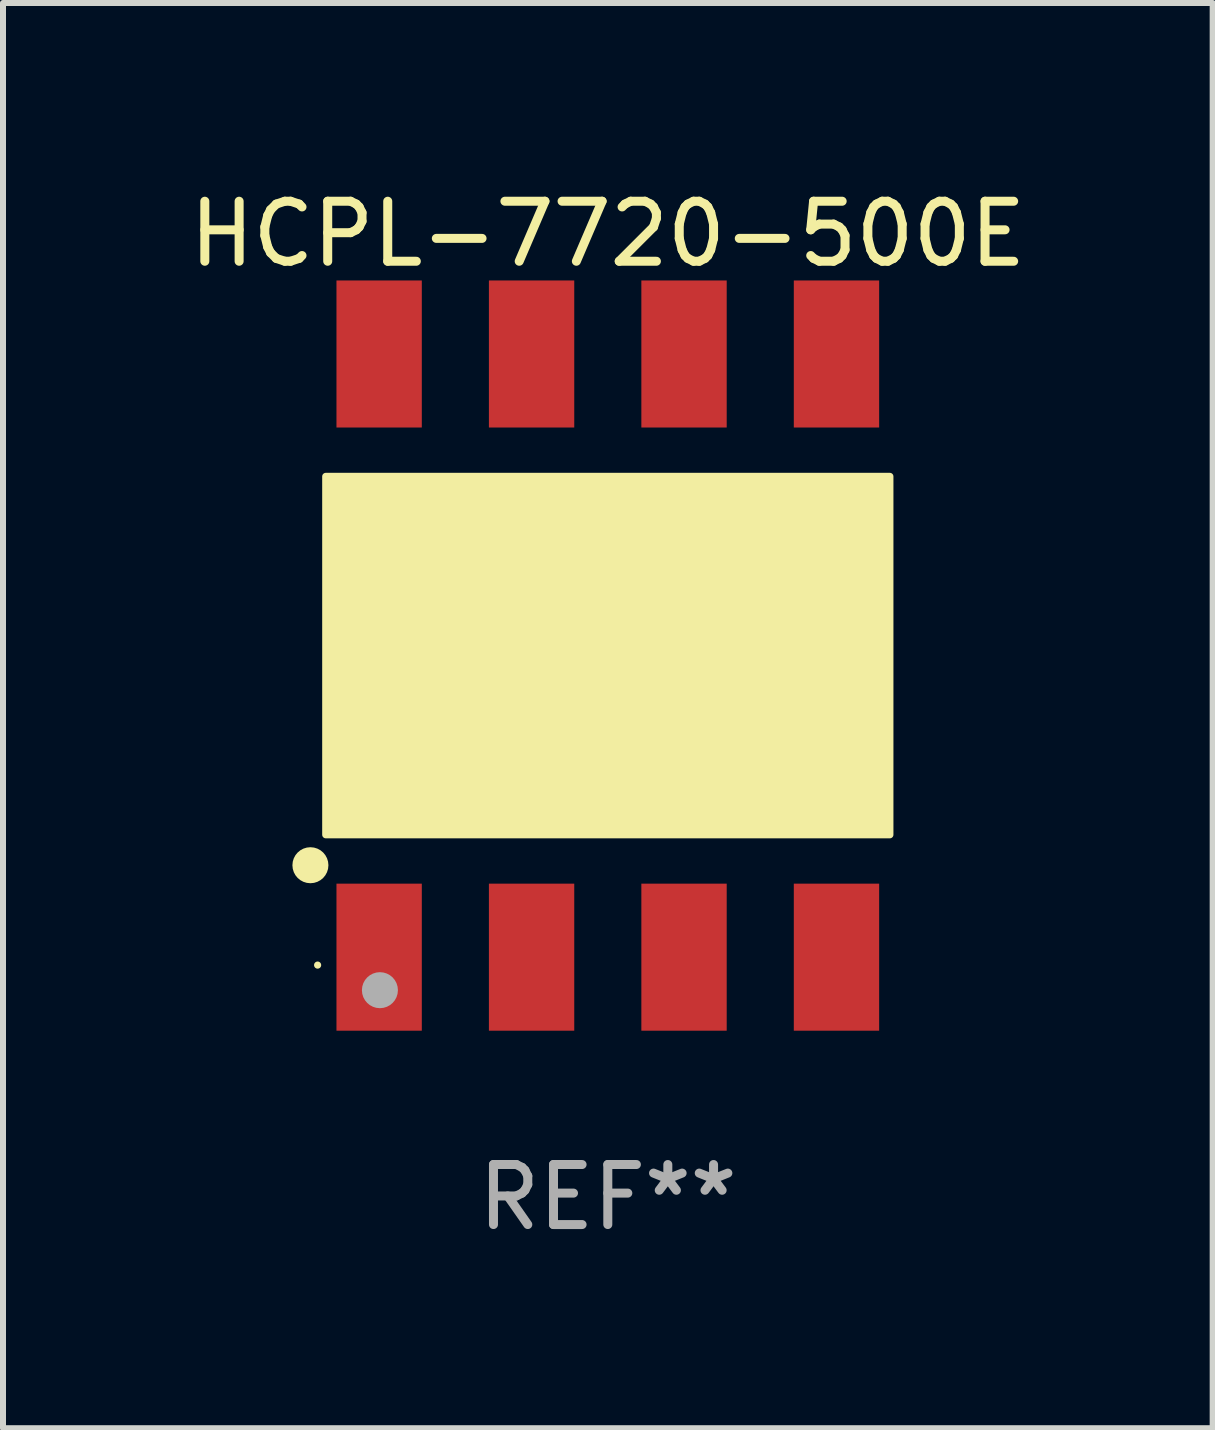
<source format=kicad_pcb>
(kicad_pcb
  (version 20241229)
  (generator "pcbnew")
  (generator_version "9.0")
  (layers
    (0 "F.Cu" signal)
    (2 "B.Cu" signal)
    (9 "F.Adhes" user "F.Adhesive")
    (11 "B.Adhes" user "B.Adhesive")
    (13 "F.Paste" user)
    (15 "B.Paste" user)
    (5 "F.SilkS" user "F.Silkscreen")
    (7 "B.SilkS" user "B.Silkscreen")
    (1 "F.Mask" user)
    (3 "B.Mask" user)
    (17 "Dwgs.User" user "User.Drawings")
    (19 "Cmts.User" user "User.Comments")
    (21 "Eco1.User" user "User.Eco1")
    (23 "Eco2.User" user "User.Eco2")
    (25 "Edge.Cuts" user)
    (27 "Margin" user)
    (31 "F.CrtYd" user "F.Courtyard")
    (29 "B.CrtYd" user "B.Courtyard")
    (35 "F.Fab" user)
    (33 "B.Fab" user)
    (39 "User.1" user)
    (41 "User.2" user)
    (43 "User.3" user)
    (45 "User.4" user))
  (footprint "HCPL-7720-500E"
    (layer "F.Cu")
    (at 7.077 7.873)
    (property "Reference" "HCPL-7720-500E" (at 0 -7.025 0) (layer "F.SilkS") (effects (font (size 1 1) (thickness 0.15))))
    (attr through_hole)
    (fp_circle (center -4.955 3.493) (end -4.805 3.493) (stroke (width 0.3) (type solid)) (fill no) (layer "F.SilkS"))
    (fp_circle (center -4.835 5.157) (end -4.805 5.157) (stroke (width 0.06) (type solid)) (fill no) (layer "F.SilkS"))
    (fp_poly (pts (xy -4.699 -2.985) (xy 4.699 -2.985) (xy 4.699 2.985) (xy -4.699 2.985)) (stroke (width 0.12) (type solid)) (fill yes) (layer "F.SilkS"))
    (fp_circle (center -3.797 5.575) (end -3.647 5.575) (stroke (width 0.3) (type solid)) (fill no) (layer "F.Fab"))
    (fp_text user "REF**" (at 0 9.025 0) (layer "F.Fab") (effects (font (size 1 1) (thickness 0.15))))
    (pad "1" smd rect (at -3.81 5.025) (size 1.422 2.45) (layers "F.Cu" "F.Mask" "F.Paste"))
    (pad "2" smd rect (at -1.27 5.025) (size 1.422 2.45) (layers "F.Cu" "F.Mask" "F.Paste"))
    (pad "3" smd rect (at 1.27 5.025) (size 1.422 2.45) (layers "F.Cu" "F.Mask" "F.Paste"))
    (pad "4" smd rect (at 3.81 5.025) (size 1.422 2.45) (layers "F.Cu" "F.Mask" "F.Paste"))
    (pad "5" smd rect (at 3.81 -5.025) (size 1.422 2.45) (layers "F.Cu" "F.Mask" "F.Paste"))
    (pad "6" smd rect (at 1.27 -5.025) (size 1.422 2.45) (layers "F.Cu" "F.Mask" "F.Paste"))
    (pad "7" smd rect (at -1.27 -5.025) (size 1.422 2.45) (layers "F.Cu" "F.Mask" "F.Paste"))
    (pad "8" smd rect (at -3.81 -5.025) (size 1.422 2.45) (layers "F.Cu" "F.Mask" "F.Paste")))
  (gr_rect
    (start -3 -3)
    (end 17.155 20.746)
    (stroke (width 0.1) (type default))
    (fill no)
    (layer "Edge.Cuts")))
</source>
